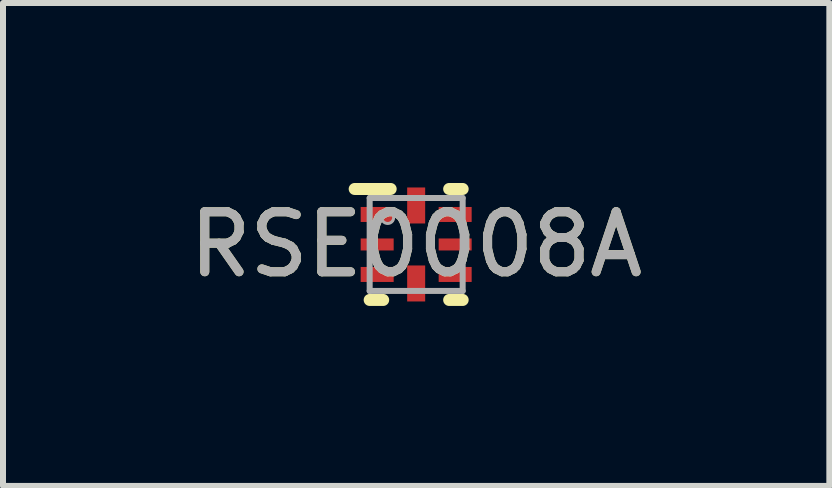
<source format=kicad_pcb>
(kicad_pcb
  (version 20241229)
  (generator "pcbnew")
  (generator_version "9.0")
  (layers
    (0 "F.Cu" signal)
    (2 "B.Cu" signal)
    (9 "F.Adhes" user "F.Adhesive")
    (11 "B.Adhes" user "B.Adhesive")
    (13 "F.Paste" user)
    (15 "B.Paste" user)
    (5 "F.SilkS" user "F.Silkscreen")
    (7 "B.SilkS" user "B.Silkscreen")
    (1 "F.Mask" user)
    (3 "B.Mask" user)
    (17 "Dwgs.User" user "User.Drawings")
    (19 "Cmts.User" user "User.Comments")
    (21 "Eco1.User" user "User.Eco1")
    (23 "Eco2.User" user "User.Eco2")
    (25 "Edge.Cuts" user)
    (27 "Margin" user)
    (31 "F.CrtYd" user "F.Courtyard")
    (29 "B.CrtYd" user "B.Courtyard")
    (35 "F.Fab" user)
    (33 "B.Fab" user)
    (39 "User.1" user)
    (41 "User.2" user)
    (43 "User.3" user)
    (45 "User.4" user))
  (footprint "RSE0008A"
    (layer "F.Cu")
    (at 3.887 1.025)
    (property "Reference" "RSE0008A" (at 0 0 0) (unlocked yes) (layer "F.SilkS") (effects (font (size 1 1) (thickness 0.15))))
    (attr smd)
    (fp_line (start -1.025 -0.925) (end -0.425 -0.925) (stroke (width 0.2) (type solid)) (layer "F.SilkS"))
    (fp_line (start -0.775 0.925) (end -0.55 0.925) (stroke (width 0.2) (type solid)) (layer "F.SilkS"))
    (fp_line (start 0.55 -0.925) (end 0.775 -0.925) (stroke (width 0.2) (type solid)) (layer "F.SilkS"))
    (fp_line (start 0.55 0.925) (end 0.775 0.925) (stroke (width 0.2) (type solid)) (layer "F.SilkS"))
    (fp_line (start -0.775 -0.775) (end 0.775 -0.775) (stroke (width 0.1) (type solid)) (layer "F.Fab"))
    (fp_line (start -0.775 0.775) (end -0.775 -0.775) (stroke (width 0.1) (type solid)) (layer "F.Fab"))
    (fp_line (start -0.775 0.775) (end 0.775 0.775) (stroke (width 0.1) (type solid)) (layer "F.Fab"))
    (fp_line (start 0.775 0.775) (end 0.775 -0.775) (stroke (width 0.1) (type solid)) (layer "F.Fab"))
    (fp_circle (center -0.475 -0.45) (end -0.375 -0.45) (stroke (width 0.05) (type solid)) (fill no) (layer "F.Fab"))
    (fp_text user "${REFERENCE}" (at 0 0 0) (unlocked yes) (layer "F.Fab") (effects (font (size 1 1) (thickness 0.15))))
    (pad "1" smd rect (at -0.65 -0.5 90) (size 0.25 0.55) (layers "F.Cu" "F.Mask" "F.Paste"))
    (pad "2" smd rect (at -0.65 0 90) (size 0.2 0.55) (layers "F.Cu" "F.Mask" "F.Paste"))
    (pad "3" smd rect (at -0.65 0.5 90) (size 0.25 0.55) (layers "F.Cu" "F.Mask" "F.Paste"))
    (pad "4" smd rect (at 0 0.65) (size 0.3 0.6) (layers "F.Cu" "F.Mask" "F.Paste"))
    (pad "5" smd rect (at 0.65 0.5 90) (size 0.25 0.55) (layers "F.Cu" "F.Mask" "F.Paste"))
    (pad "6" smd rect (at 0.65 0 90) (size 0.2 0.55) (layers "F.Cu" "F.Mask" "F.Paste"))
    (pad "7" smd rect (at 0.65 -0.5 90) (size 0.25 0.55) (layers "F.Cu" "F.Mask" "F.Paste"))
    (pad "8" smd rect (at 0 -0.65) (size 0.3 0.6) (layers "F.Cu" "F.Mask" "F.Paste")))
  (gr_rect
    (start -3 -3)
    (end 10.774 5.05)
    (stroke (width 0.1) (type default))
    (fill no)
    (layer "Edge.Cuts")))
</source>
